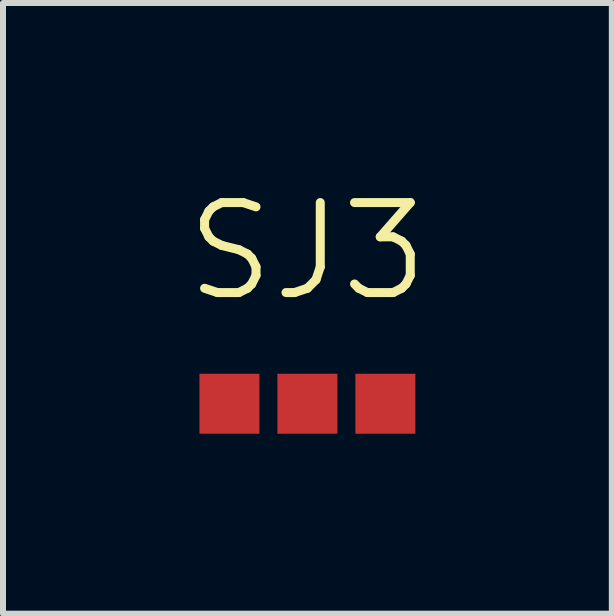
<source format=kicad_pcb>
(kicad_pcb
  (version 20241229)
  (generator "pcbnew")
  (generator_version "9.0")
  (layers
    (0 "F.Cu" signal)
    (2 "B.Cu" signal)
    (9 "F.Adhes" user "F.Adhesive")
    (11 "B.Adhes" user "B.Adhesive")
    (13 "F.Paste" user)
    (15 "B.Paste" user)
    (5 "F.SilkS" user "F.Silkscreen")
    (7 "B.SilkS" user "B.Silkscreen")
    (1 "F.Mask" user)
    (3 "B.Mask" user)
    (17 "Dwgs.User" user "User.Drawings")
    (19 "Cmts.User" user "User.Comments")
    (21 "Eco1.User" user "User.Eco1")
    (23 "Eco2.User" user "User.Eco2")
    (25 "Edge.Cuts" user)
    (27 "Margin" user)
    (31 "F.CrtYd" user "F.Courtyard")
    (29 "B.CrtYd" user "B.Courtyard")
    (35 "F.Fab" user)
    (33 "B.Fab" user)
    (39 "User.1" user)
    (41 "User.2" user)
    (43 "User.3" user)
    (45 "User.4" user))
  (footprint "SJ3"
    (layer "F.Cu")
    (at 2.075 3.681)
    (property "Reference" "SJ3" (at 0 -2.54 0) (layer "F.SilkS") (effects (font (size 1.5 1.5) (thickness 0.15))))
    (attr through_hole)
    (pad "1" smd rect (at -1.3 0) (size 1 1) (layers "F.Cu" "F.Mask" "F.Paste"))
    (pad "2" smd rect (at 0 0) (size 1 1) (layers "F.Cu" "F.Mask" "F.Paste"))
    (pad "3" smd rect (at 1.3 0) (size 1 1) (layers "F.Cu" "F.Mask" "F.Paste")))
  (gr_rect
    (start -3 -3)
    (end 7.15 7.181)
    (stroke (width 0.1) (type default))
    (fill no)
    (layer "Edge.Cuts")))
</source>
